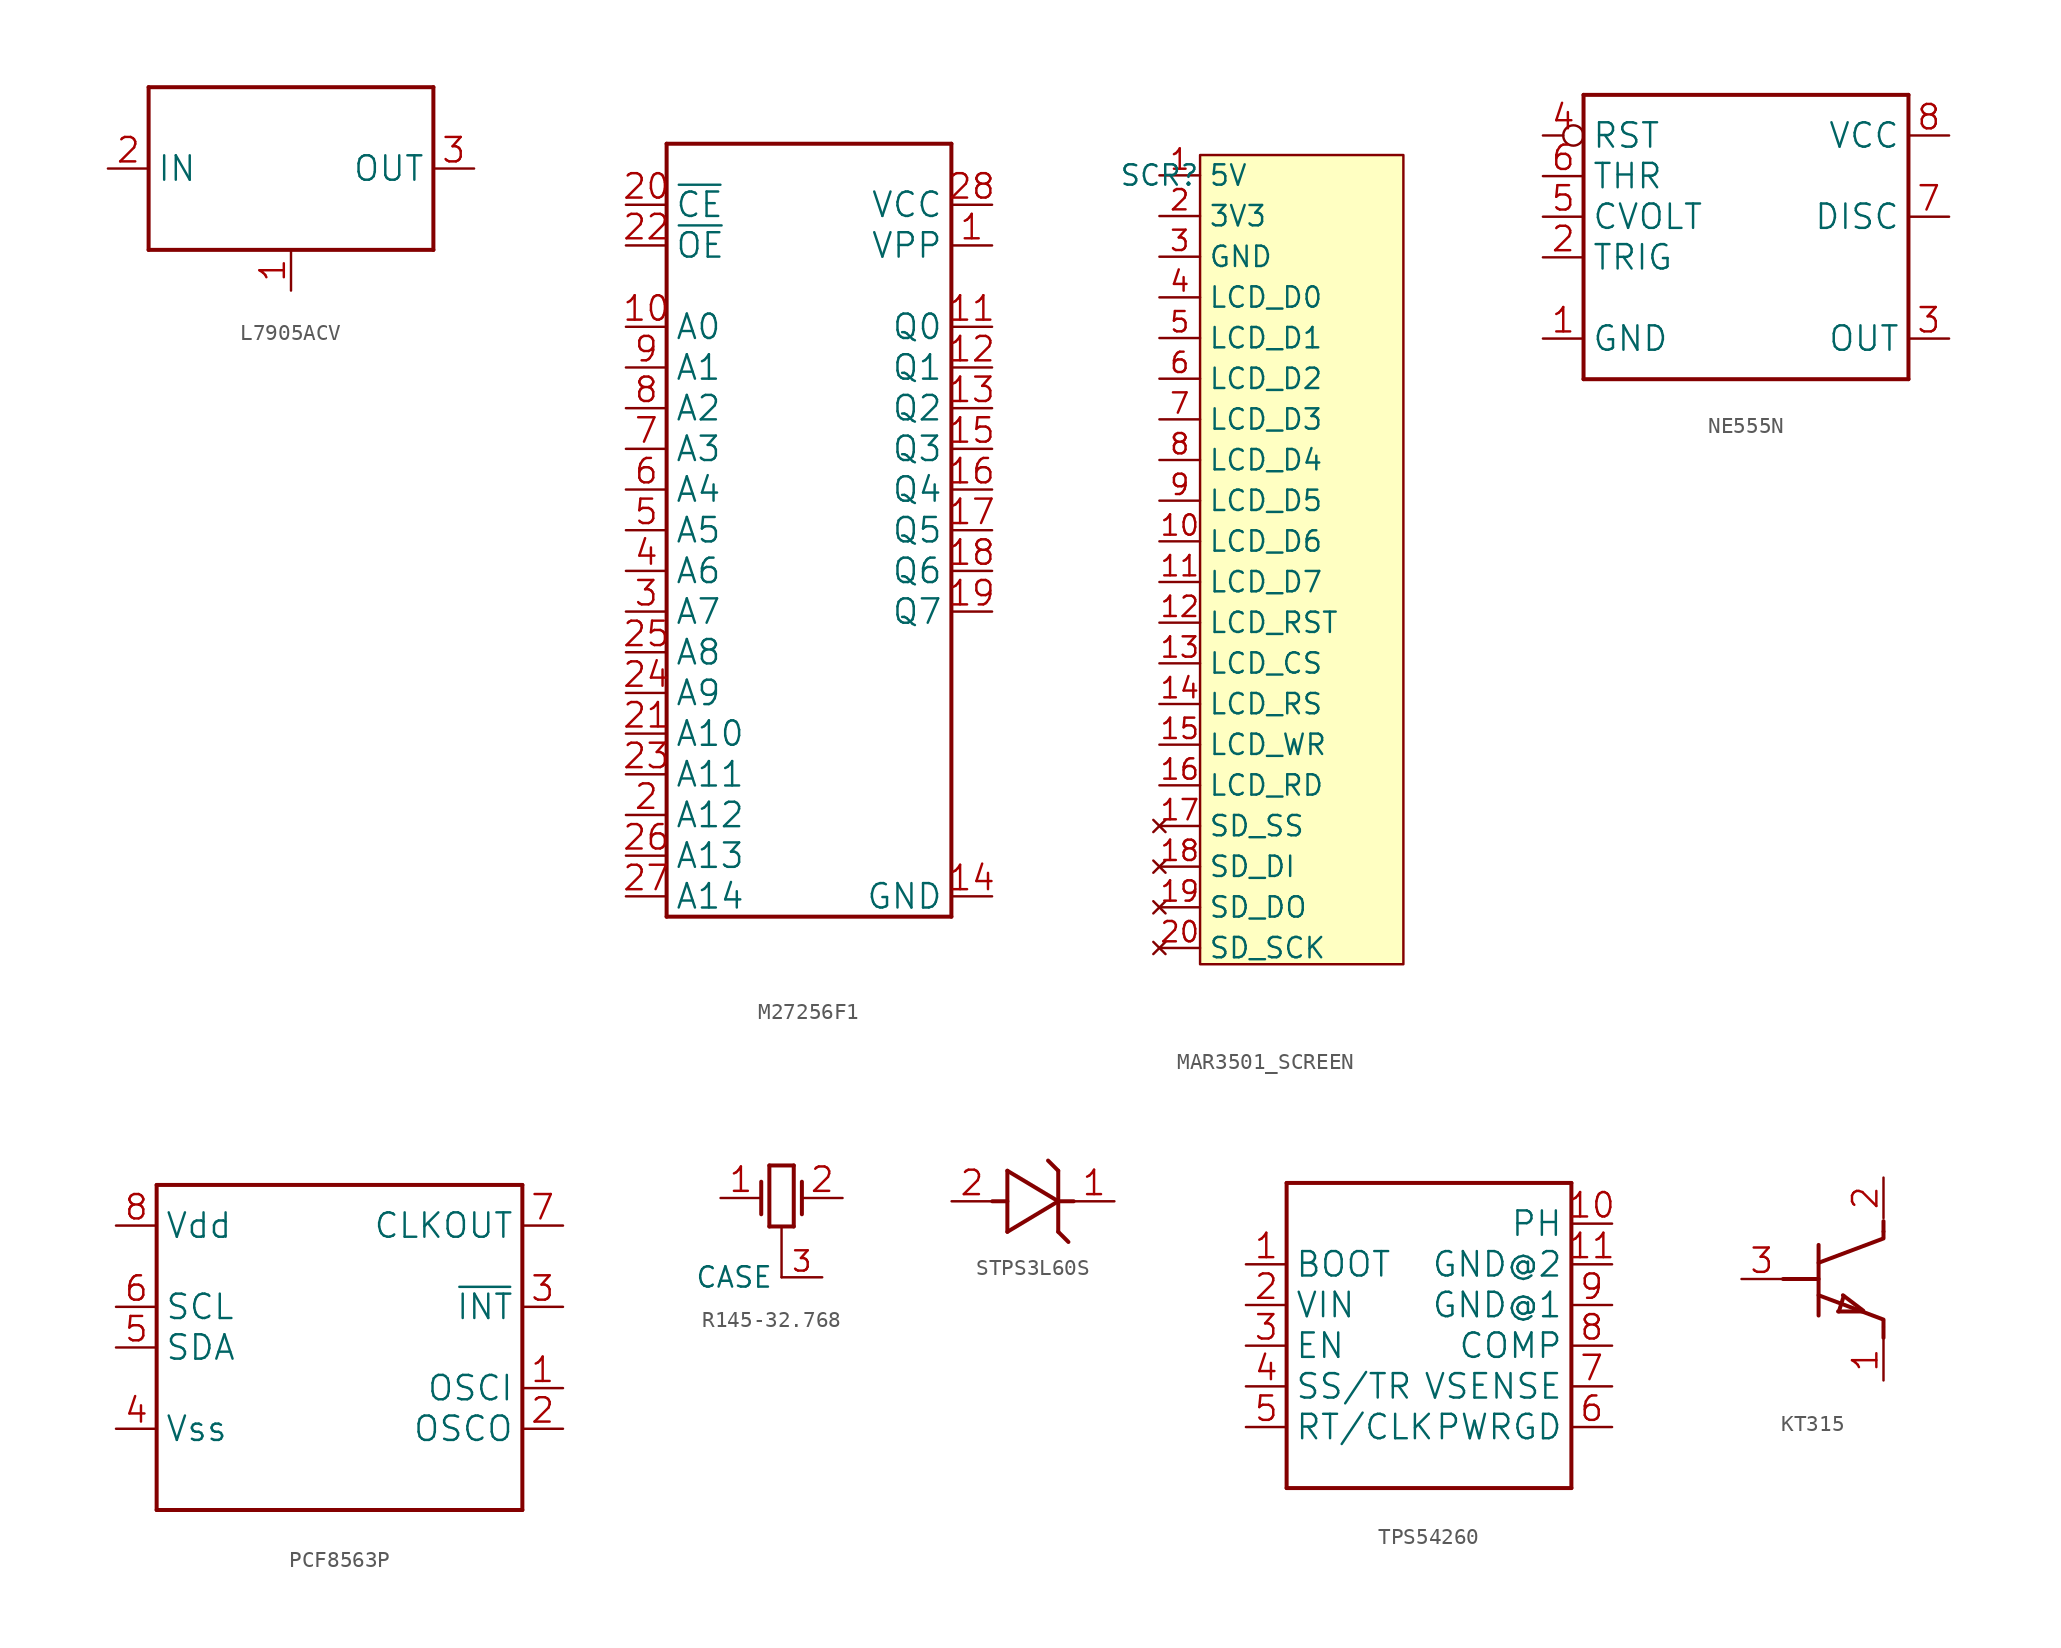
<source format=kicad_sym>
(kicad_symbol_lib
  (version 20241209)
  (generator "kicad_symbol_editor")
  (generator_version "9.0")
  (symbol "L7905ACV"
    (property "Reference" "U"
      (at 0 0 0)
      (effects (font (size 1.27 1.27)) (hide yes)))
    (property "ki_locked" ""
      (at 0 0 0)
      (effects (font (size 1.27 1.27))))
    (symbol "L7905ACV_1_0"
      (polyline (pts (xy -8.89 5.08) (xy 8.89 5.08)) (stroke (width 0.25) (type solid)) (fill (type none)))
      (polyline (pts (xy -8.89 -5.08) (xy -8.89 5.08)) (stroke (width 0.25) (type solid)) (fill (type none)))
      (polyline (pts (xy 8.89 5.08) (xy 8.89 -5.08)) (stroke (width 0.25) (type solid)) (fill (type none)))
      (polyline (pts (xy 8.89 -5.08) (xy -8.89 -5.08)) (stroke (width 0.25) (type solid)) (fill (type none)))
      (pin power_in line (at -11.43 0 0) (length 2.54) (name "IN" (effects (font (size 1.524 1.524)))) (number "2" (effects (font (size 1.524 1.524)))))
      (pin power_in line (at 0 -7.62 90) (length 2.54) (name "GND" (effects (font (size 0 0)))) (number "1" (effects (font (size 1.524 1.524)))))
      (pin power_out line (at 11.43 0 180) (length 2.54) (name "OUT" (effects (font (size 1.524 1.524)))) (number "3" (effects (font (size 1.524 1.524)))))))
  (symbol "M27256F1"
    (property "Reference" "U"
      (at 0 0 0)
      (effects (font (size 1.27 1.27)) (hide yes)))
    (property "ki_locked" ""
      (at 0 0 0)
      (effects (font (size 1.27 1.27))))
    (symbol "M27256F1_1_0"
      (polyline (pts (xy -8.89 24.13) (xy 8.89 24.13)) (stroke (width 0.25) (type solid)) (fill (type none)))
      (polyline (pts (xy -8.89 -24.13) (xy -8.89 24.13)) (stroke (width 0.25) (type solid)) (fill (type none)))
      (polyline (pts (xy 8.89 24.13) (xy 8.89 -24.13)) (stroke (width 0.25) (type solid)) (fill (type none)))
      (polyline (pts (xy 8.89 -24.13) (xy -8.89 -24.13)) (stroke (width 0.25) (type solid)) (fill (type none)))
      (pin input line (at -11.43 20.32 0) (length 2.54) (name "~{CE}" (effects (font (size 1.524 1.524)))) (number "20" (effects (font (size 1.524 1.524)))))
      (pin input line (at -11.43 17.78 0) (length 2.54) (name "~{OE}" (effects (font (size 1.524 1.524)))) (number "22" (effects (font (size 1.524 1.524)))))
      (pin input line (at -11.43 12.7 0) (length 2.54) (name "A0" (effects (font (size 1.524 1.524)))) (number "10" (effects (font (size 1.524 1.524)))))
      (pin input line (at -11.43 10.16 0) (length 2.54) (name "A1" (effects (font (size 1.524 1.524)))) (number "9" (effects (font (size 1.524 1.524)))))
      (pin input line (at -11.43 7.62 0) (length 2.54) (name "A2" (effects (font (size 1.524 1.524)))) (number "8" (effects (font (size 1.524 1.524)))))
      (pin input line (at -11.43 5.08 0) (length 2.54) (name "A3" (effects (font (size 1.524 1.524)))) (number "7" (effects (font (size 1.524 1.524)))))
      (pin input line (at -11.43 2.54 0) (length 2.54) (name "A4" (effects (font (size 1.524 1.524)))) (number "6" (effects (font (size 1.524 1.524)))))
      (pin input line (at -11.43 0 0) (length 2.54) (name "A5" (effects (font (size 1.524 1.524)))) (number "5" (effects (font (size 1.524 1.524)))))
      (pin input line (at -11.43 -2.54 0) (length 2.54) (name "A6" (effects (font (size 1.524 1.524)))) (number "4" (effects (font (size 1.524 1.524)))))
      (pin input line (at -11.43 -5.08 0) (length 2.54) (name "A7" (effects (font (size 1.524 1.524)))) (number "3" (effects (font (size 1.524 1.524)))))
      (pin input line (at -11.43 -7.62 0) (length 2.54) (name "A8" (effects (font (size 1.524 1.524)))) (number "25" (effects (font (size 1.524 1.524)))))
      (pin input line (at -11.43 -10.16 0) (length 2.54) (name "A9" (effects (font (size 1.524 1.524)))) (number "24" (effects (font (size 1.524 1.524)))))
      (pin input line (at -11.43 -12.7 0) (length 2.54) (name "A10" (effects (font (size 1.524 1.524)))) (number "21" (effects (font (size 1.524 1.524)))))
      (pin input line (at -11.43 -15.24 0) (length 2.54) (name "A11" (effects (font (size 1.524 1.524)))) (number "23" (effects (font (size 1.524 1.524)))))
      (pin input line (at -11.43 -17.78 0) (length 2.54) (name "A12" (effects (font (size 1.524 1.524)))) (number "2" (effects (font (size 1.524 1.524)))))
      (pin input line (at -11.43 -20.32 0) (length 2.54) (name "A13" (effects (font (size 1.524 1.524)))) (number "26" (effects (font (size 1.524 1.524)))))
      (pin input line (at -11.43 -22.86 0) (length 2.54) (name "A14" (effects (font (size 1.524 1.524)))) (number "27" (effects (font (size 1.524 1.524)))))
      (pin power_in line (at 11.43 20.32 180) (length 2.54) (name "VCC" (effects (font (size 1.524 1.524)))) (number "28" (effects (font (size 1.524 1.524)))))
      (pin power_in line (at 11.43 17.78 180) (length 2.54) (name "VPP" (effects (font (size 1.524 1.524)))) (number "1" (effects (font (size 1.524 1.524)))))
      (pin bidirectional line (at 11.43 12.7 180) (length 2.54) (name "Q0" (effects (font (size 1.524 1.524)))) (number "11" (effects (font (size 1.524 1.524)))))
      (pin bidirectional line (at 11.43 10.16 180) (length 2.54) (name "Q1" (effects (font (size 1.524 1.524)))) (number "12" (effects (font (size 1.524 1.524)))))
      (pin bidirectional line (at 11.43 7.62 180) (length 2.54) (name "Q2" (effects (font (size 1.524 1.524)))) (number "13" (effects (font (size 1.524 1.524)))))
      (pin bidirectional line (at 11.43 5.08 180) (length 2.54) (name "Q3" (effects (font (size 1.524 1.524)))) (number "15" (effects (font (size 1.524 1.524)))))
      (pin bidirectional line (at 11.43 2.54 180) (length 2.54) (name "Q4" (effects (font (size 1.524 1.524)))) (number "16" (effects (font (size 1.524 1.524)))))
      (pin bidirectional line (at 11.43 0 180) (length 2.54) (name "Q5" (effects (font (size 1.524 1.524)))) (number "17" (effects (font (size 1.524 1.524)))))
      (pin bidirectional line (at 11.43 -2.54 180) (length 2.54) (name "Q6" (effects (font (size 1.524 1.524)))) (number "18" (effects (font (size 1.524 1.524)))))
      (pin bidirectional line (at 11.43 -5.08 180) (length 2.54) (name "Q7" (effects (font (size 1.524 1.524)))) (number "19" (effects (font (size 1.524 1.524)))))
      (pin power_in line (at 11.43 -22.86 180) (length 2.54) (name "GND" (effects (font (size 1.524 1.524)))) (number "14" (effects (font (size 1.524 1.524)))))))
  (symbol "MAR3501_SCREEN"
    (property "Reference" "SCR"
      (at -10.16 23.622 0)
      (effects (font (size 1.27 1.27))))
    (property "Value" ""
      (at 0 0 0)
      (effects (font (size 1.27 1.27))))
    (symbol "MAR3501_SCREEN_0_0"
      (pin power_in line (at -10.16 23.622 0) (length 2.54) (name "5V" (effects (font (size 1.27 1.27)))) (number "1" (effects (font (size 1.27 1.27)))))
      (pin power_in line (at -10.16 21.082 0) (length 2.54) (name "3V3" (effects (font (size 1.27 1.27)))) (number "2" (effects (font (size 1.27 1.27)))))
      (pin power_in line (at -10.16 18.542 0) (length 2.54) (name "GND" (effects (font (size 1.27 1.27)))) (number "3" (effects (font (size 1.27 1.27)))))
      (pin input line (at -10.16 16.002 0) (length 2.54) (name "LCD_D0" (effects (font (size 1.27 1.27)))) (number "4" (effects (font (size 1.27 1.27)))))
      (pin input line (at -10.16 13.462 0) (length 2.54) (name "LCD_D1" (effects (font (size 1.27 1.27)))) (number "5" (effects (font (size 1.27 1.27)))))
      (pin input line (at -10.16 10.922 0) (length 2.54) (name "LCD_D2" (effects (font (size 1.27 1.27)))) (number "6" (effects (font (size 1.27 1.27)))))
      (pin input line (at -10.16 8.382 0) (length 2.54) (name "LCD_D3" (effects (font (size 1.27 1.27)))) (number "7" (effects (font (size 1.27 1.27)))))
      (pin input line (at -10.16 5.842 0) (length 2.54) (name "LCD_D4" (effects (font (size 1.27 1.27)))) (number "8" (effects (font (size 1.27 1.27)))))
      (pin input line (at -10.16 3.302 0) (length 2.54) (name "LCD_D5" (effects (font (size 1.27 1.27)))) (number "9" (effects (font (size 1.27 1.27)))))
      (pin input line (at -10.16 0.762 0) (length 2.54) (name "LCD_D6" (effects (font (size 1.27 1.27)))) (number "10" (effects (font (size 1.27 1.27)))))
      (pin input line (at -10.16 -1.778 0) (length 2.54) (name "LCD_D7" (effects (font (size 1.27 1.27)))) (number "11" (effects (font (size 1.27 1.27)))))
      (pin input line (at -10.16 -4.318 0) (length 2.54) (name "LCD_RST" (effects (font (size 1.27 1.27)))) (number "12" (effects (font (size 1.27 1.27)))))
      (pin input line (at -10.16 -6.858 0) (length 2.54) (name "LCD_CS" (effects (font (size 1.27 1.27)))) (number "13" (effects (font (size 1.27 1.27)))))
      (pin input line (at -10.16 -9.398 0) (length 2.54) (name "LCD_RS" (effects (font (size 1.27 1.27)))) (number "14" (effects (font (size 1.27 1.27)))))
      (pin input line (at -10.16 -11.938 0) (length 2.54) (name "LCD_WR" (effects (font (size 1.27 1.27)))) (number "15" (effects (font (size 1.27 1.27)))))
      (pin input line (at -10.16 -14.478 0) (length 2.54) (name "LCD_RD" (effects (font (size 1.27 1.27)))) (number "16" (effects (font (size 1.27 1.27)))))
      (pin no_connect line (at -10.16 -17.018 0) (length 2.54) (name "SD_SS" (effects (font (size 1.27 1.27)))) (number "17" (effects (font (size 1.27 1.27)))))
      (pin no_connect line (at -10.16 -19.558 0) (length 2.54) (name "SD_DI" (effects (font (size 1.27 1.27)))) (number "18" (effects (font (size 1.27 1.27)))))
      (pin no_connect line (at -10.16 -22.098 0) (length 2.54) (name "SD_DO" (effects (font (size 1.27 1.27)))) (number "19" (effects (font (size 1.27 1.27)))))
      (pin no_connect line (at -10.16 -24.638 0) (length 2.54) (name "SD_SCK" (effects (font (size 1.27 1.27)))) (number "20" (effects (font (size 1.27 1.27))))))
    (symbol "MAR3501_SCREEN_1_1"
      (rectangle (start -7.62 24.892) (end 5.08 -25.654) (stroke (width 0) (type solid)) (fill (type background)))))
  (symbol "NE555N"
    (property "Reference" "U"
      (at 0 0 0)
      (effects (font (size 1.27 1.27)) (hide yes)))
    (property "ki_locked" ""
      (at 0 0 0)
      (effects (font (size 1.27 1.27))))
    (symbol "NE555N_1_0"
      (polyline (pts (xy -10.16 8.89) (xy 10.16 8.89)) (stroke (width 0.25) (type solid)) (fill (type none)))
      (polyline (pts (xy -10.16 -8.89) (xy -10.16 8.89)) (stroke (width 0.25) (type solid)) (fill (type none)))
      (polyline (pts (xy -10.16 -8.89) (xy 10.16 -8.89)) (stroke (width 0.25) (type solid)) (fill (type none)))
      (polyline (pts (xy 10.16 8.89) (xy 10.16 -8.89)) (stroke (width 0.25) (type solid)) (fill (type none)))
      (pin input inverted (at -12.7 6.35 0) (length 2.54) (name "RST" (effects (font (size 1.524 1.524)))) (number "4" (effects (font (size 1.524 1.524)))))
      (pin input line (at -12.7 3.81 0) (length 2.54) (name "THR" (effects (font (size 1.524 1.524)))) (number "6" (effects (font (size 1.524 1.524)))))
      (pin passive line (at -12.7 1.27 0) (length 2.54) (name "CVOLT" (effects (font (size 1.524 1.524)))) (number "5" (effects (font (size 1.524 1.524)))))
      (pin input line (at -12.7 -1.27 0) (length 2.54) (name "TRIG" (effects (font (size 1.524 1.524)))) (number "2" (effects (font (size 1.524 1.524)))))
      (pin power_in line (at -12.7 -6.35 0) (length 2.54) (name "GND" (effects (font (size 1.524 1.524)))) (number "1" (effects (font (size 1.524 1.524)))))
      (pin power_in line (at 12.7 6.35 180) (length 2.54) (name "VCC" (effects (font (size 1.524 1.524)))) (number "8" (effects (font (size 1.524 1.524)))))
      (pin bidirectional line (at 12.7 1.27 180) (length 2.54) (name "DISC" (effects (font (size 1.524 1.524)))) (number "7" (effects (font (size 1.524 1.524)))))
      (pin output line (at 12.7 -6.35 180) (length 2.54) (name "OUT" (effects (font (size 1.524 1.524)))) (number "3" (effects (font (size 1.524 1.524)))))))
  (symbol "PCF8563P"
    (property "Reference" "U"
      (at 0 0 0)
      (effects (font (size 1.27 1.27)) (hide yes)))
    (property "ki_locked" ""
      (at 0 0 0)
      (effects (font (size 1.27 1.27))))
    (symbol "PCF8563P_1_0"
      (polyline (pts (xy -11.43 10.16) (xy 11.43 10.16)) (stroke (width 0.25) (type solid)) (fill (type none)))
      (polyline (pts (xy -11.43 -10.16) (xy -11.43 10.16)) (stroke (width 0.25) (type solid)) (fill (type none)))
      (polyline (pts (xy 11.43 10.16) (xy 11.43 -10.16)) (stroke (width 0.25) (type solid)) (fill (type none)))
      (polyline (pts (xy 11.43 -10.16) (xy -11.43 -10.16)) (stroke (width 0.25) (type solid)) (fill (type none)))
      (pin power_in line (at -13.97 7.62 0) (length 2.54) (name "Vdd" (effects (font (size 1.524 1.524)))) (number "8" (effects (font (size 1.524 1.524)))))
      (pin input line (at -13.97 2.54 0) (length 2.54) (name "SCL" (effects (font (size 1.524 1.524)))) (number "6" (effects (font (size 1.524 1.524)))))
      (pin bidirectional line (at -13.97 0 0) (length 2.54) (name "SDA" (effects (font (size 1.524 1.524)))) (number "5" (effects (font (size 1.524 1.524)))))
      (pin power_in line (at -13.97 -5.08 0) (length 2.54) (name "Vss" (effects (font (size 1.524 1.524)))) (number "4" (effects (font (size 1.524 1.524)))))
      (pin output line (at 13.97 7.62 180) (length 2.54) (name "CLKOUT" (effects (font (size 1.524 1.524)))) (number "7" (effects (font (size 1.524 1.524)))))
      (pin output line (at 13.97 2.54 180) (length 2.54) (name "~{INT}" (effects (font (size 1.524 1.524)))) (number "3" (effects (font (size 1.524 1.524)))))
      (pin input line (at 13.97 -2.54 180) (length 2.54) (name "OSCI" (effects (font (size 1.524 1.524)))) (number "1" (effects (font (size 1.524 1.524)))))
      (pin output line (at 13.97 -5.08 180) (length 2.54) (name "OSCO" (effects (font (size 1.524 1.524)))) (number "2" (effects (font (size 1.524 1.524)))))))
  (symbol "R145-32.768"
    (property "Reference" "Y"
      (at 0 0 0)
      (effects (font (size 1.27 1.27)) (hide yes)))
    (property "ki_locked" ""
      (at 0 0 0)
      (effects (font (size 1.27 1.27))))
    (symbol "R145-32.768_0_1"
      (polyline (pts (xy 0 -5.08) (xy 0 -1.905)) (stroke (width 0) (type default)) (fill (type none))))
    (symbol "R145-32.768_1_0"
      (polyline (pts (xy -1.27 0.889) (xy -1.27 -1.143)) (stroke (width 0.25) (type solid)) (fill (type none)))
      (polyline (pts (xy -0.762 1.905) (xy 0.762 1.905)) (stroke (width 0.25) (type solid)) (fill (type none)))
      (polyline (pts (xy -0.762 -1.905) (xy -0.762 1.905)) (stroke (width 0.25) (type solid)) (fill (type none)))
      (polyline (pts (xy 0.762 1.905) (xy 0.762 -1.905)) (stroke (width 0.25) (type solid)) (fill (type none)))
      (polyline (pts (xy 0.762 -1.905) (xy -0.762 -1.905)) (stroke (width 0.25) (type solid)) (fill (type none)))
      (polyline (pts (xy 1.27 0.889) (xy 1.27 -1.143)) (stroke (width 0.25) (type solid)) (fill (type none)))
      (pin passive line (at -3.81 -0.127 0) (length 2.54) (name "OSC1" (effects (font (size 0 0)))) (number "1" (effects (font (size 1.524 1.524)))))
      (pin power_in line (at 2.54 -5.08 180) (length 2.54) (name "CASE" (effects (font (size 1.27 1.27)))) (number "3" (effects (font (size 1.27 1.27)))))
      (pin passive line (at 3.81 -0.127 180) (length 2.54) (name "OSC2" (effects (font (size 0 0)))) (number "2" (effects (font (size 1.524 1.524)))))))
  (symbol "STPS3L60S"
    (property "Reference" "D"
      (at 0 0 0)
      (effects (font (size 1.27 1.27)) (hide yes)))
    (property "ki_locked" ""
      (at 0 0 0)
      (effects (font (size 1.27 1.27))))
    (symbol "STPS3L60S_1_0"
      (polyline (pts (xy -2.54 0) (xy -1.6 0)) (stroke (width 0.25) (type solid)) (fill (type none)))
      (polyline (pts (xy -1.6 1.905) (xy -1.6 -1.905)) (stroke (width 0.25) (type solid)) (fill (type none)))
      (polyline (pts (xy -1.6 -1.905) (xy 1.575 0)) (stroke (width 0.25) (type solid)) (fill (type none)))
      (polyline (pts (xy 0.94 2.54) (xy 1.575 1.905)) (stroke (width 0.25) (type solid)) (fill (type none)))
      (polyline (pts (xy 1.575 0) (xy -1.6 1.905)) (stroke (width 0.25) (type solid)) (fill (type none)))
      (polyline (pts (xy 1.575 0) (xy 2.54 0)) (stroke (width 0.25) (type solid)) (fill (type none)))
      (polyline (pts (xy 1.575 -1.905) (xy 1.575 1.905)) (stroke (width 0.25) (type solid)) (fill (type none)))
      (polyline (pts (xy 1.575 -1.905) (xy 2.21 -2.54)) (stroke (width 0.25) (type solid)) (fill (type none)))
      (pin passive line (at -5.08 0 0) (length 2.54) (name "A" (effects (font (size 0 0)))) (number "2" (effects (font (size 1.524 1.524)))))
      (pin passive line (at 5.08 0 180) (length 2.54) (name "K" (effects (font (size 0 0)))) (number "1" (effects (font (size 1.524 1.524)))))))
  (symbol "TPS54260"
    (property "Reference" "U"
      (at 0 0 0)
      (effects (font (size 1.27 1.27)) (hide yes)))
    (property "ki_locked" ""
      (at 0 0 0)
      (effects (font (size 1.27 1.27))))
    (symbol "TPS54260_1_0"
      (polyline (pts (xy -8.89 8.89) (xy -8.89 -10.16)) (stroke (width 0.25) (type solid)) (fill (type none)))
      (polyline (pts (xy -8.89 -10.16) (xy 8.89 -10.16)) (stroke (width 0.25) (type solid)) (fill (type none)))
      (polyline (pts (xy 8.89 8.89) (xy -8.89 8.89)) (stroke (width 0.25) (type solid)) (fill (type none)))
      (polyline (pts (xy 8.89 -10.16) (xy 8.89 8.89)) (stroke (width 0.25) (type solid)) (fill (type none)))
      (pin output line (at -11.43 3.81 0) (length 2.54) (name "BOOT" (effects (font (size 1.524 1.524)))) (number "1" (effects (font (size 1.524 1.524)))))
      (pin power_in line (at -11.43 1.27 0) (length 2.54) (name "VIN" (effects (font (size 1.524 1.524)))) (number "2" (effects (font (size 1.524 1.524)))))
      (pin input line (at -11.43 -1.27 0) (length 2.54) (name "EN" (effects (font (size 1.524 1.524)))) (number "3" (effects (font (size 1.524 1.524)))))
      (pin input line (at -11.43 -3.81 0) (length 2.54) (name "SS/TR" (effects (font (size 1.524 1.524)))) (number "4" (effects (font (size 1.524 1.524)))))
      (pin input line (at -11.43 -6.35 0) (length 2.54) (name "RT/CLK" (effects (font (size 1.524 1.524)))) (number "5" (effects (font (size 1.524 1.524)))))
      (pin power_in line (at 11.43 6.35 180) (length 2.54) (name "PH" (effects (font (size 1.524 1.524)))) (number "10" (effects (font (size 1.524 1.524)))))
      (pin power_in line (at 11.43 3.81 180) (length 2.54) (name "GND@2" (effects (font (size 1.524 1.524)))) (number "11" (effects (font (size 1.524 1.524)))))
      (pin power_in line (at 11.43 1.27 180) (length 2.54) (name "GND@1" (effects (font (size 1.524 1.524)))) (number "9" (effects (font (size 1.524 1.524)))))
      (pin output line (at 11.43 -1.27 180) (length 2.54) (name "COMP" (effects (font (size 1.524 1.524)))) (number "8" (effects (font (size 1.524 1.524)))))
      (pin input line (at 11.43 -3.81 180) (length 2.54) (name "VSENSE" (effects (font (size 1.524 1.524)))) (number "7" (effects (font (size 1.524 1.524)))))
      (pin output line (at 11.43 -6.35 180) (length 2.54) (name "PWRGD" (effects (font (size 1.524 1.524)))) (number "6" (effects (font (size 1.524 1.524)))))))
  (symbol "КТ315"
    (property "Reference" "VТ"
      (at 0 0 0)
      (effects (font (size 1.27 1.27)) (hide yes)))
    (property "ki_locked" ""
      (at 0 0 0)
      (effects (font (size 1.27 1.27))))
    (symbol "КТ315_1_0"
      (polyline (pts (xy -2.794 0) (xy -3.748 0)) (stroke (width 0.25) (type solid)) (fill (type none)))
      (polyline (pts (xy -2.794 0) (xy -1.524 0)) (stroke (width 0.25) (type solid)) (fill (type none)))
      (polyline (pts (xy -1.524 1.016) (xy 2.54 2.54)) (stroke (width 0.25) (type solid)) (fill (type none)))
      (polyline (pts (xy -1.524 -1.016) (xy 2.54 -2.54)) (stroke (width 0.25) (type solid)) (fill (type none)))
      (polyline (pts (xy -1.524 -2.286) (xy -1.524 2.134)) (stroke (width 0.25) (type solid)) (fill (type none)))
      (polyline (pts (xy -0.254 -2.032) (xy 0.051 -1.067)) (stroke (width 0.25) (type solid)) (fill (type none)))
      (polyline (pts (xy 0 -1.016) (xy 1.27 -1.981)) (stroke (width 0.25) (type solid)) (fill (type none)))
      (polyline (pts (xy 1.27 -2.032) (xy -0.305 -2.032)) (stroke (width 0.25) (type solid)) (fill (type none)))
      (polyline (pts (xy 2.54 2.984) (xy 2.54 3.62)) (stroke (width 0.25) (type solid)) (fill (type none)))
      (polyline (pts (xy 2.54 2.629) (xy 2.54 2.959)) (stroke (width 0.25) (type solid)) (fill (type none)))
      (polyline (pts (xy 2.54 -2.959) (xy 2.54 -2.629)) (stroke (width 0.25) (type solid)) (fill (type none)))
      (polyline (pts (xy 2.54 -3.048) (xy 2.54 -3.684)) (stroke (width 0.25) (type solid)) (fill (type none)))
      (pin passive line (at -6.35 0 0) (length 2.54) (name "Б" (effects (font (size 0 0)))) (number "3" (effects (font (size 1.524 1.524)))))
      (pin passive line (at 2.54 6.35 270) (length 2.54) (name "К" (effects (font (size 0 0)))) (number "2" (effects (font (size 1.524 1.524)))))
      (pin passive line (at 2.54 -6.35 90) (length 2.54) (name "Э" (effects (font (size 0 0)))) (number "1" (effects (font (size 1.524 1.524))))))))
</source>
